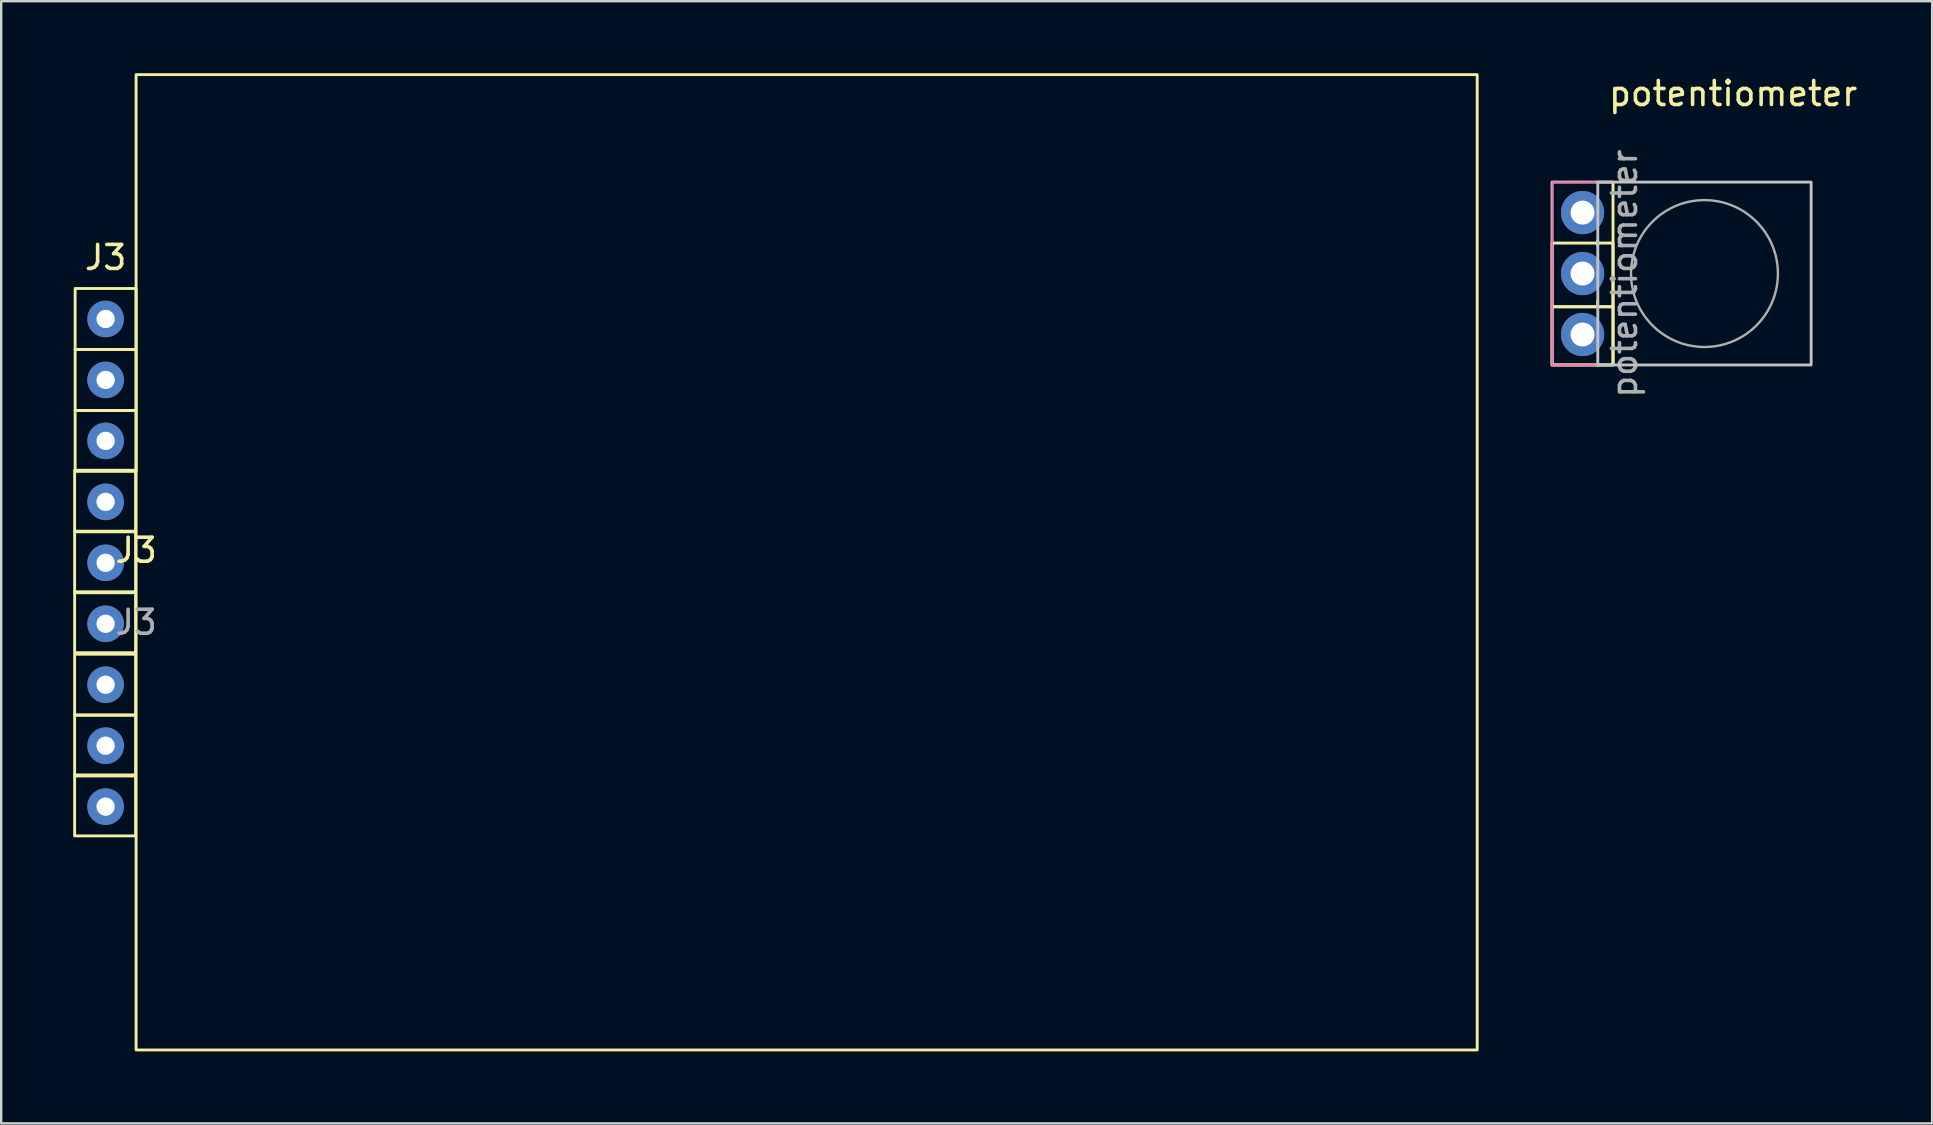
<source format=kicad_pcb>
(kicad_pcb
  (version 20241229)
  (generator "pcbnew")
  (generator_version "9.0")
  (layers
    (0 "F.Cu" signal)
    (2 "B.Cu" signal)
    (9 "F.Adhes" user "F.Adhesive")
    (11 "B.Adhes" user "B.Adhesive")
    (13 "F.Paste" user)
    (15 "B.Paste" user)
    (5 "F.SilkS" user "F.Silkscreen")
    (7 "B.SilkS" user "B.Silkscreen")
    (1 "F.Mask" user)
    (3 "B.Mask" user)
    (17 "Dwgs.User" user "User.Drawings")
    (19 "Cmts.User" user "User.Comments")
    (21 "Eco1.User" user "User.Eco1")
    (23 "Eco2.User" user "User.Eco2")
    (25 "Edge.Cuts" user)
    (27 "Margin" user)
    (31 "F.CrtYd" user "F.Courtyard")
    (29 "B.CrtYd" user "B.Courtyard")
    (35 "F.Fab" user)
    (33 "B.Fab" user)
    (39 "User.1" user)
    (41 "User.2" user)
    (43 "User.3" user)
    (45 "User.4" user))
  (footprint "J3"
    (layer "F.Cu")
    (at 2.621 20.38)
    (property "Reference" "J3" (at 0 -0.5 0) (unlocked yes) (layer "F.SilkS") (effects (font (size 1 1) (thickness 0.15))))
    (attr through_hole)
    (fp_rect (start -2.561 -3.837) (end -0.021 -1.297) (stroke (width 0.12) (type solid)) (fill no) (layer "F.SilkS"))
    (fp_rect (start -2.561 -1.27) (end -0.021 1.27) (stroke (width 0.12) (type solid)) (fill no) (layer "F.SilkS"))
    (fp_rect (start -2.561 1.228) (end -0.021 3.768) (stroke (width 0.12) (type solid)) (fill no) (layer "F.SilkS"))
    (fp_rect (start -2.561 3.831) (end -0.021 6.371) (stroke (width 0.12) (type solid)) (fill no) (layer "F.SilkS"))
    (fp_rect (start -2.561 6.361) (end -0.021 8.901) (stroke (width 0.12) (type solid)) (fill no) (layer "F.SilkS"))
    (fp_rect (start -2.561 8.859) (end -0.021 11.399) (stroke (width 0.12) (type solid)) (fill no) (layer "F.SilkS"))
    (fp_rect (start -2.54 -11.409) (end 0 -8.869) (stroke (width 0.12) (type solid)) (fill no) (layer "F.SilkS"))
    (fp_rect (start -2.54 -8.869) (end 0 -6.329) (stroke (width 0.12) (type solid)) (fill no) (layer "F.SilkS"))
    (fp_rect (start -2.54 -6.329) (end 0 -3.789) (stroke (width 0.12) (type solid)) (fill no) (layer "F.SilkS"))
    (fp_rect (start 0 -20.32) (end 55.88 20.32) (stroke (width 0.12) (type solid)) (fill no) (layer "F.SilkS"))
    (fp_text user "J3" (at -1.27 -12.7 0) (unlocked yes) (layer "F.SilkS") (effects (font (size 1 1) (thickness 0.15))))
    (fp_text user "${REFERENCE}" (at 0 2.5 0) (unlocked yes) (layer "F.Fab") (effects (font (size 1 1) (thickness 0.15))))
    (pad "1" thru_hole circle (at -1.27 -10.139) (size 1.524 1.524) (drill 0.762) (layers "*.Cu" "*.Mask"))
    (pad "2" thru_hole circle (at -1.27 -7.599) (size 1.524 1.524) (drill 0.762) (layers "*.Cu" "*.Mask"))
    (pad "3" thru_hole circle (at -1.27 -5.059) (size 1.524 1.524) (drill 0.762) (layers "*.Cu" "*.Mask"))
    (pad "4" thru_hole circle (at -1.27 -2.519) (size 1.524 1.524) (drill 0.762) (layers "*.Cu" "*.Mask"))
    (pad "5" thru_hole circle (at -1.27 0.021) (size 1.524 1.524) (drill 0.762) (layers "*.Cu" "*.Mask"))
    (pad "6" thru_hole circle (at -1.27 2.561) (size 1.524 1.524) (drill 0.762) (layers "*.Cu" "*.Mask"))
    (pad "7" thru_hole circle (at -1.27 5.101) (size 1.524 1.524) (drill 0.762) (layers "*.Cu" "*.Mask"))
    (pad "8" thru_hole circle (at -1.27 7.641) (size 1.524 1.524) (drill 0.762) (layers "*.Cu" "*.Mask"))
    (pad "9" thru_hole circle (at -1.27 10.181) (size 1.524 1.524) (drill 0.762) (layers "*.Cu" "*.Mask")))
  (footprint "potentiometer"
    (layer "F.Cu")
    (at 62.891 10.888)
    (property "Reference" "potentiometer" (at 6.275 -10.04 0) (layer "F.SilkS") (effects (font (size 1 1) (thickness 0.15))))
    (attr through_hole)
    (fp_line (start 0.63 -3.925) (end 0.63 -3.695) (stroke (width 0.12) (type solid)) (layer "F.SilkS"))
    (fp_line (start 0.63 -1.384) (end 0.63 -1.155) (stroke (width 0.12) (type solid)) (layer "F.SilkS"))
    (fp_rect (start -1.27 -6.35) (end 1.27 1.27) (stroke (width 0.12) (type solid)) (fill no) (layer "F.SilkS"))
    (fp_rect (start -1.27 -1.155) (end 1.27 -3.81) (stroke (width 0.12) (type solid)) (fill no) (layer "F.SilkS"))
    (fp_rect (start 1.27 1.27) (end -1.27 -1.155) (stroke (width 0.12) (type solid)) (fill no) (layer "F.SilkS"))
    (fp_rect (start 9.525 1.27) (end 0.635 -6.35) (stroke (width 0.12) (type solid)) (fill no) (layer "Dwgs.User"))
    (fp_rect (start 9.525 1.27) (end -1.27 -6.35) (stroke (width 0.05) (type solid)) (fill no) (layer "F.CrtYd"))
    (fp_circle (center 5.08 -2.54) (end 8.14 -2.54) (stroke (width 0.1) (type solid)) (fill no) (layer "F.Fab"))
    (fp_text user "${REFERENCE}" (at 1.75 -2.54 90) (layer "F.Fab") (effects (font (size 1 1) (thickness 0.15))))
    (pad "1" thru_hole circle (at 0 0) (size 1.8 1.8) (drill 1) (layers "*.Cu" "*.Mask"))
    (pad "2" thru_hole circle (at 0 -2.54) (size 1.8 1.8) (drill 1) (layers "*.Cu" "*.Mask"))
    (pad "3" thru_hole circle (at 0 -5.08) (size 1.8 1.8) (drill 1) (layers "*.Cu" "*.Mask")))
  (gr_rect
    (start -3 -3)
    (end 77.458 43.76)
    (stroke (width 0.1) (type default))
    (fill no)
    (layer "Edge.Cuts")))
</source>
